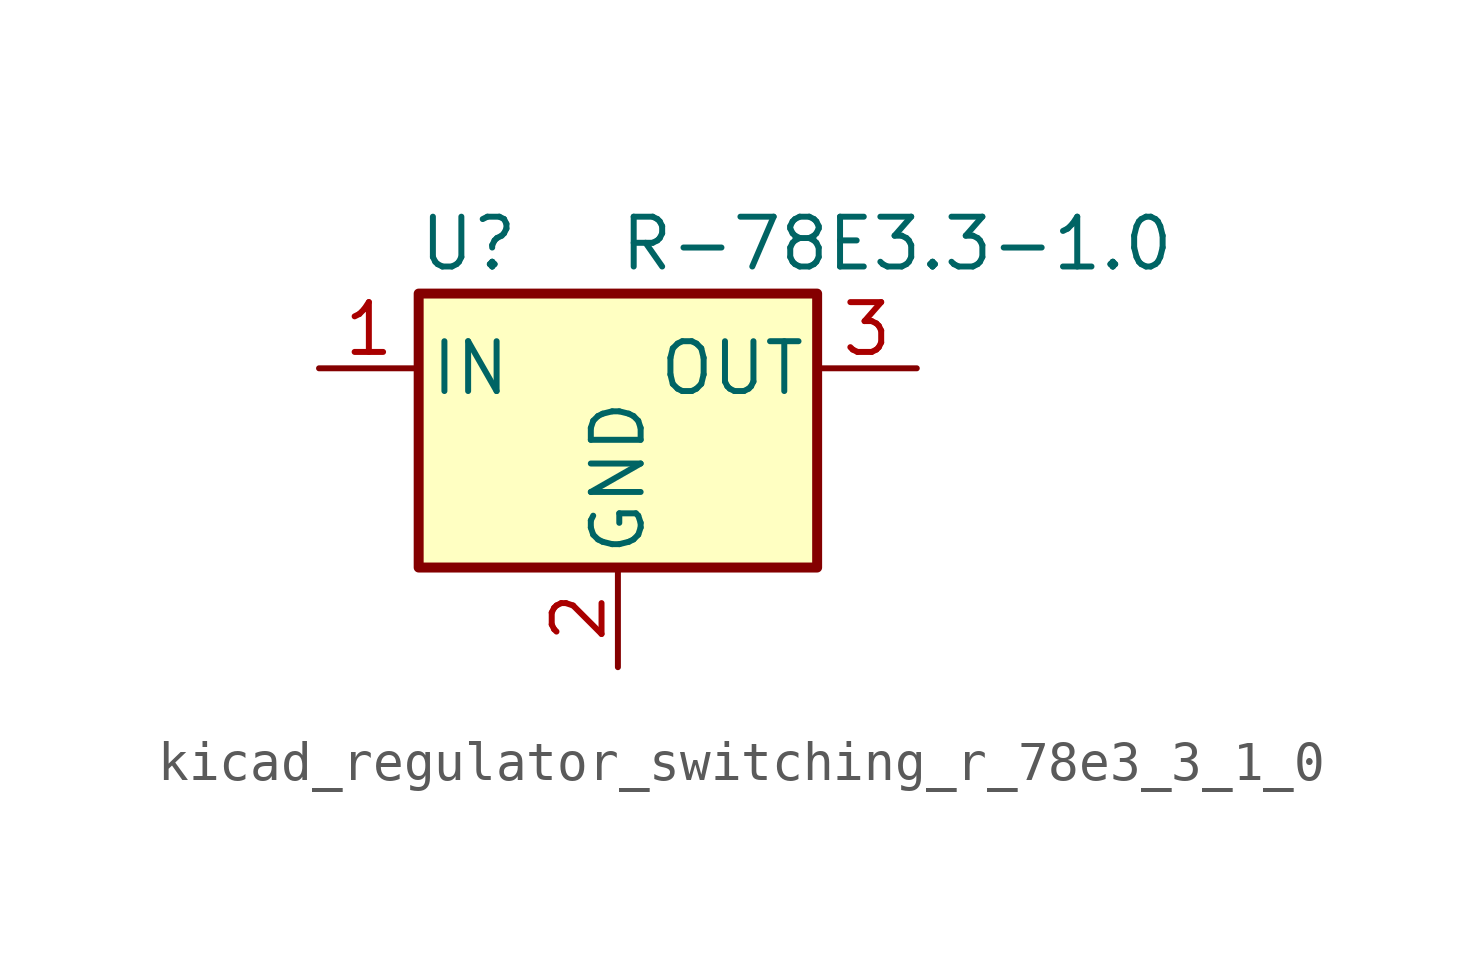
<source format=kicad_sym>
(kicad_symbol_lib
  (version 20220914)
  (generator kicad_symbol_editor)
  (symbol "kicad_regulator_switching_r_78e3_3_1_0"
    (pin_names
      (offset 0.254))
    (property "Reference" "U"
      (at -3.81 3.175 0)
      (effects (font (size 1.27 1.27))))
    (property "Value" "R-78E3.3-1.0"
      (at 0 3.175 0)
      (effects (font (size 1.27 1.27)) (justify left)))
    (symbol "kicad_regulator_switching_r_78e3_3_1_0_0_1"
      (rectangle (start -5.08 1.905) (end 5.08 -5.08) (stroke (width 0.254) (type default)) (fill (type background))))
    (symbol "kicad_regulator_switching_r_78e3_3_1_0_1_1"
      (pin power_in line (at -7.62 0 0) (length 2.54) (name "IN" (effects (font (size 1.27 1.27)))) (number "1" (effects (font (size 1.27 1.27)))))
      (pin power_in line (at 0 -7.62 90) (length 2.54) (name "GND" (effects (font (size 1.27 1.27)))) (number "2" (effects (font (size 1.27 1.27)))))
      (pin power_out line (at 7.62 0 180) (length 2.54) (name "OUT" (effects (font (size 1.27 1.27)))) (number "3" (effects (font (size 1.27 1.27))))))))
</source>
